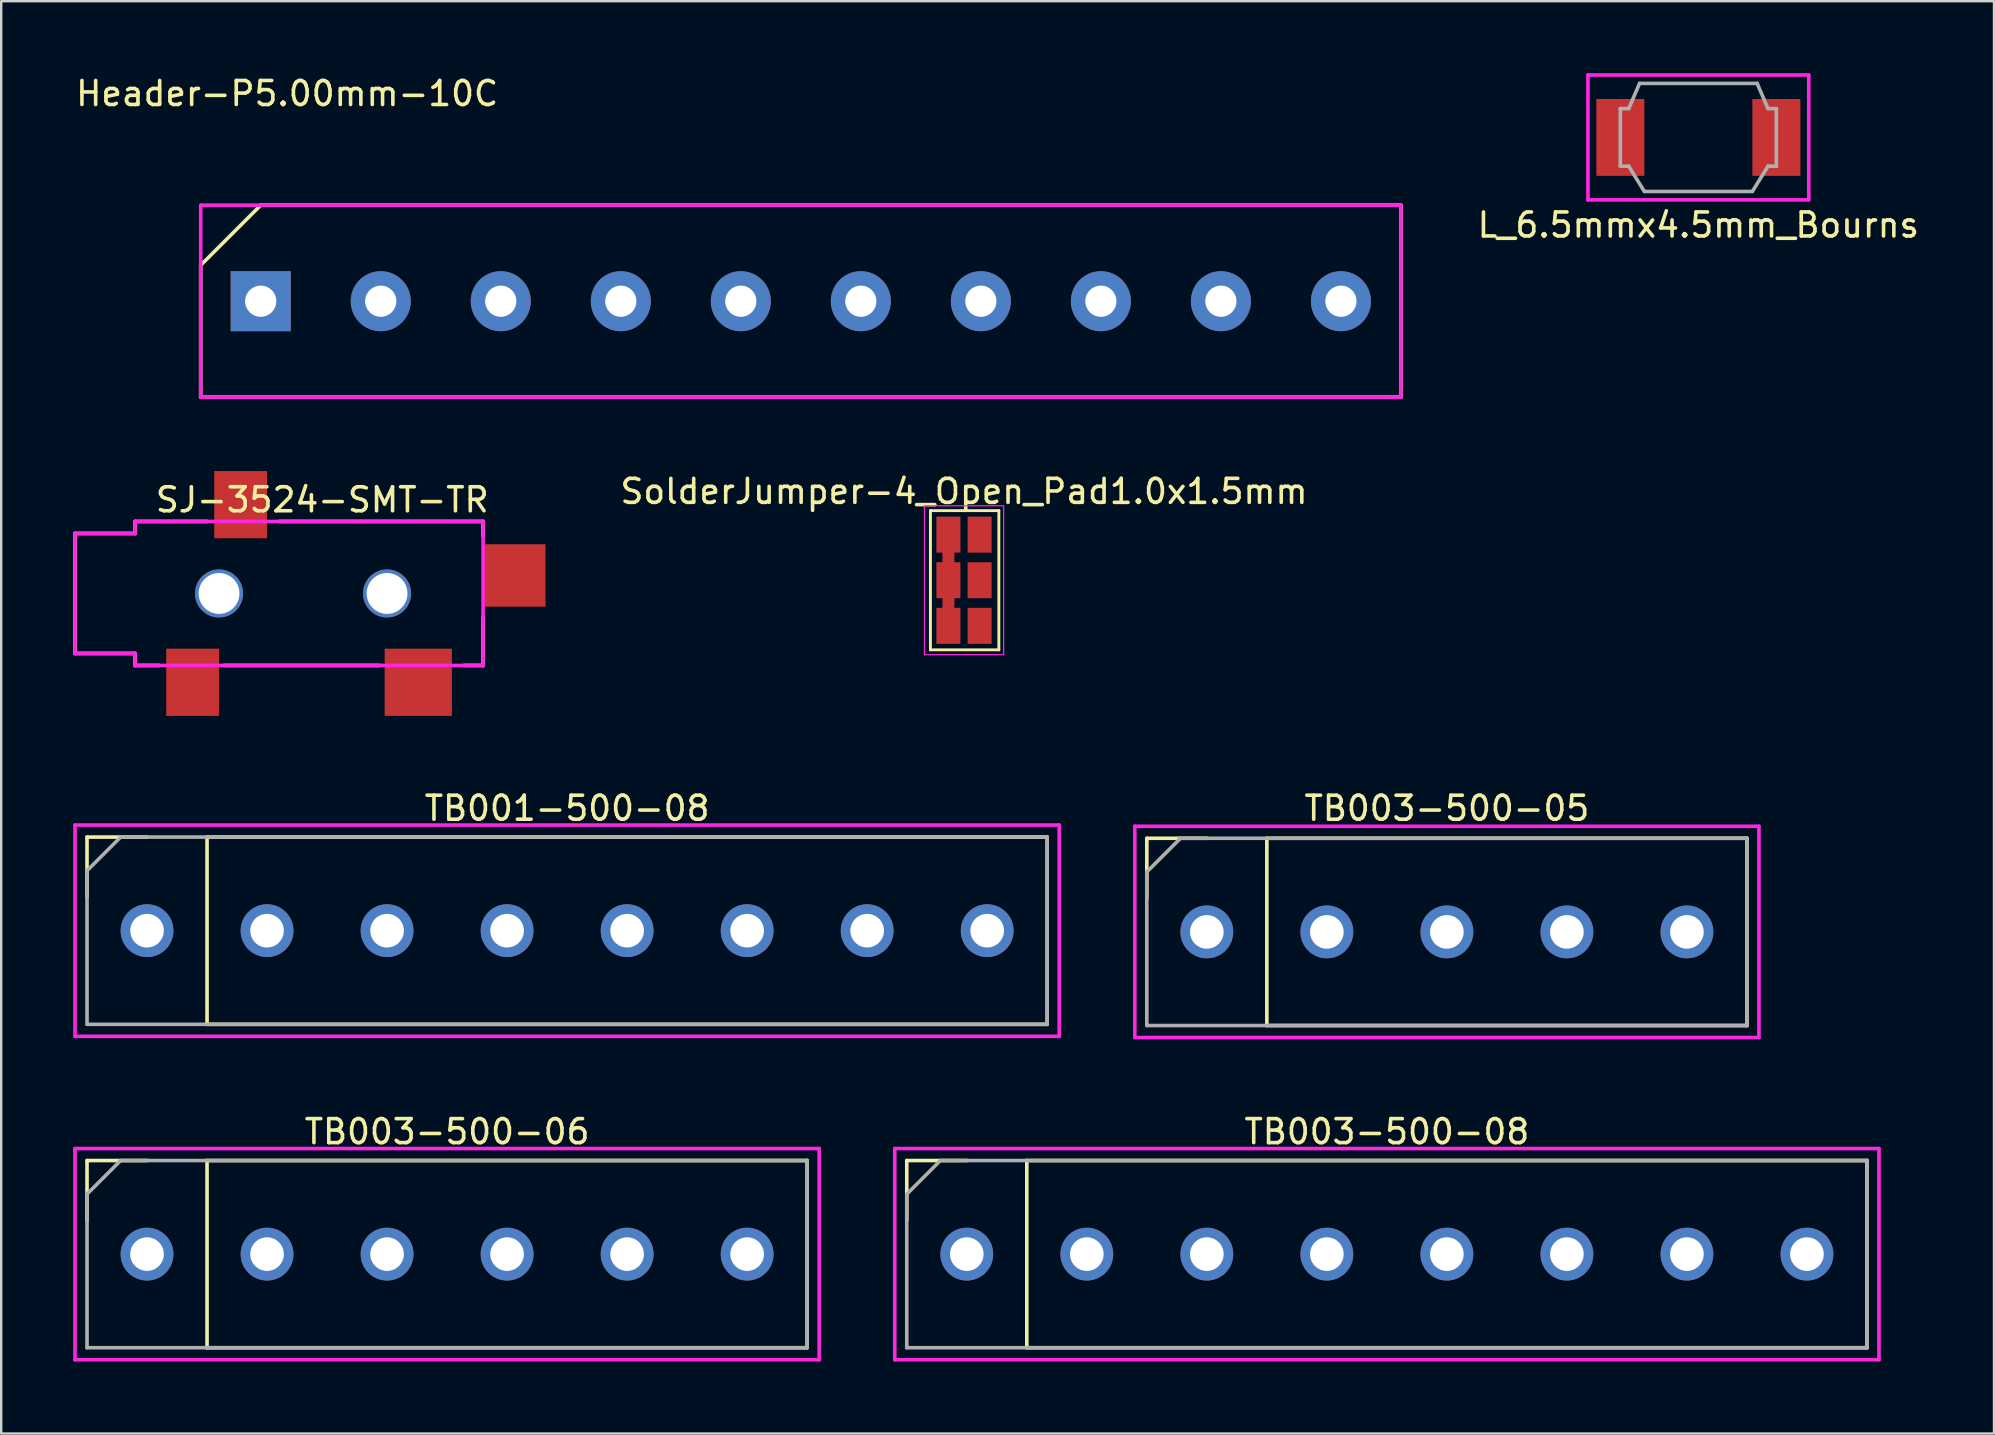
<source format=kicad_pcb>
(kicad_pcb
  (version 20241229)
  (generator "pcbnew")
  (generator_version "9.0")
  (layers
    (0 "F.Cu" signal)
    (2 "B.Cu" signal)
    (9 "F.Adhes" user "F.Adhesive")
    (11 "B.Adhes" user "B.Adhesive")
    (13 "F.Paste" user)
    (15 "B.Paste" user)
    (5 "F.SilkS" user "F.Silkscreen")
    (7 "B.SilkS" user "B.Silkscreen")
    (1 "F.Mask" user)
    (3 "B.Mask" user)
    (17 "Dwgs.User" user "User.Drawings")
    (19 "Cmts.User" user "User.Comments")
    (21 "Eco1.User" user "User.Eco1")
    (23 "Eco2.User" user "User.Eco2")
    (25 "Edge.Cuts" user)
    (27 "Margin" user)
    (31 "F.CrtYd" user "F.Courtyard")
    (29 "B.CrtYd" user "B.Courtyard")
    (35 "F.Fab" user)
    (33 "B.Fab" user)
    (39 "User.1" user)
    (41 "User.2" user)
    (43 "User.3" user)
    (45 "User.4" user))
  (footprint "TB001-500-08"
    (layer "F.Cu")
    (at 20.575 35.721)
    (property "Reference" "TB001-500-08" (at 0 -5.1 0) (layer "F.SilkS") (effects (font (size 1 1) (thickness 0.15))))
    (attr through_hole)
    (fp_line (start -20 -3.9) (end -20 -1.4) (stroke (width 0.15) (type solid)) (layer "F.SilkS"))
    (fp_line (start -17.5 -3.9) (end -20 -3.9) (stroke (width 0.15) (type solid)) (layer "F.SilkS"))
    (fp_line (start -15 -3.9) (end 20 -3.9) (stroke (width 0.15) (type solid)) (layer "F.SilkS"))
    (fp_line (start -15 3.9) (end -15 -3.9) (stroke (width 0.15) (type solid)) (layer "F.SilkS"))
    (fp_line (start 20 -3.9) (end 20 3.9) (stroke (width 0.15) (type solid)) (layer "F.SilkS"))
    (fp_line (start 20 3.9) (end -15 3.9) (stroke (width 0.15) (type solid)) (layer "F.SilkS"))
    (fp_line (start -20.5 -4.4) (end 20.5 -4.4) (stroke (width 0.15) (type solid)) (layer "F.CrtYd"))
    (fp_line (start -20.5 4.4) (end -20.5 -4.4) (stroke (width 0.15) (type solid)) (layer "F.CrtYd"))
    (fp_line (start 20.5 -4.4) (end 20.5 4.4) (stroke (width 0.15) (type solid)) (layer "F.CrtYd"))
    (fp_line (start 20.5 4.4) (end -20.5 4.4) (stroke (width 0.15) (type solid)) (layer "F.CrtYd"))
    (fp_line (start -20 -2.5) (end -18.6 -3.9) (stroke (width 0.15) (type solid)) (layer "F.Fab"))
    (fp_line (start -20 3.9) (end -20 -2.5) (stroke (width 0.15) (type solid)) (layer "F.Fab"))
    (fp_line (start -18.6 -3.9) (end 20 -3.9) (stroke (width 0.15) (type solid)) (layer "F.Fab"))
    (fp_line (start 20 -3.9) (end 20 3.9) (stroke (width 0.15) (type solid)) (layer "F.Fab"))
    (fp_line (start 20 3.9) (end -20 3.9) (stroke (width 0.15) (type solid)) (layer "F.Fab"))
    (pad "1" thru_hole circle (at -17.5 0) (size 2.2 2.2) (drill 1.4) (layers "*.Cu" "*.Mask"))
    (pad "2" thru_hole circle (at -12.5 0) (size 2.2 2.2) (drill 1.4) (layers "*.Cu" "*.Mask"))
    (pad "3" thru_hole circle (at -7.5 0) (size 2.2 2.2) (drill 1.4) (layers "*.Cu" "*.Mask"))
    (pad "4" thru_hole circle (at -2.5 0) (size 2.2 2.2) (drill 1.4) (layers "*.Cu" "*.Mask"))
    (pad "5" thru_hole circle (at 2.5 0) (size 2.2 2.2) (drill 1.4) (layers "*.Cu" "*.Mask"))
    (pad "6" thru_hole circle (at 7.5 0) (size 2.2 2.2) (drill 1.4) (layers "*.Cu" "*.Mask"))
    (pad "7" thru_hole circle (at 12.5 0) (size 2.2 2.2) (drill 1.4) (layers "*.Cu" "*.Mask"))
    (pad "8" thru_hole circle (at 17.5 0) (size 2.2 2.2) (drill 1.4) (layers "*.Cu" "*.Mask")))
  (footprint "TB003-500-05"
    (layer "F.Cu")
    (at 57.225 35.772)
    (property "Reference" "TB003-500-05" (at 0 -5.15 0) (layer "F.SilkS") (effects (font (size 1 1) (thickness 0.15))))
    (attr through_hole)
    (fp_line (start -12.5 -3.9) (end -12.5 -1.4) (stroke (width 0.15) (type solid)) (layer "F.SilkS"))
    (fp_line (start -10 -3.9) (end -12.5 -3.9) (stroke (width 0.15) (type solid)) (layer "F.SilkS"))
    (fp_line (start -7.5 -3.9) (end 12.5 -3.9) (stroke (width 0.15) (type solid)) (layer "F.SilkS"))
    (fp_line (start -7.5 3.9) (end -7.5 -3.9) (stroke (width 0.15) (type solid)) (layer "F.SilkS"))
    (fp_line (start 12.5 -3.9) (end 12.5 3.9) (stroke (width 0.15) (type solid)) (layer "F.SilkS"))
    (fp_line (start 12.5 3.9) (end -7.5 3.9) (stroke (width 0.15) (type solid)) (layer "F.SilkS"))
    (fp_line (start -13 -4.4) (end 13 -4.4) (stroke (width 0.15) (type solid)) (layer "F.CrtYd"))
    (fp_line (start -13 4.4) (end -13 -4.4) (stroke (width 0.15) (type solid)) (layer "F.CrtYd"))
    (fp_line (start 13 -4.4) (end 13 4.4) (stroke (width 0.15) (type solid)) (layer "F.CrtYd"))
    (fp_line (start 13 4.4) (end -13 4.4) (stroke (width 0.15) (type solid)) (layer "F.CrtYd"))
    (fp_line (start -12.5 -2.5) (end -11.1 -3.9) (stroke (width 0.15) (type solid)) (layer "F.Fab"))
    (fp_line (start -12.5 3.9) (end -12.5 -2.5) (stroke (width 0.15) (type solid)) (layer "F.Fab"))
    (fp_line (start -11.15 -3.9) (end 12.5 -3.9) (stroke (width 0.15) (type solid)) (layer "F.Fab"))
    (fp_line (start 12.5 -3.9) (end 12.5 3.9) (stroke (width 0.15) (type solid)) (layer "F.Fab"))
    (fp_line (start 12.5 3.9) (end -12.5 3.9) (stroke (width 0.15) (type solid)) (layer "F.Fab"))
    (pad "1" thru_hole circle (at -10 0) (size 2.2 2.2) (drill 1.4) (layers "*.Cu" "*.Mask"))
    (pad "2" thru_hole circle (at -5 0) (size 2.2 2.2) (drill 1.4) (layers "*.Cu" "*.Mask"))
    (pad "3" thru_hole circle (at 0 0) (size 2.2 2.2) (drill 1.4) (layers "*.Cu" "*.Mask"))
    (pad "4" thru_hole circle (at 5 0) (size 2.2 2.2) (drill 1.4) (layers "*.Cu" "*.Mask"))
    (pad "5" thru_hole circle (at 10 0) (size 2.2 2.2) (drill 1.4) (layers "*.Cu" "*.Mask")))
  (footprint "SJ-3524-SMT-TR"
    (layer "F.Cu")
    (at 2.575 21.673)
    (property "Reference" "SJ-3524-SMT-TR" (at 7.8 -3.9 0) (layer "F.SilkS") (effects (font (size 1 1) (thickness 0.15))))
    (attr through_hole)
    (fp_line (start -2.5 -2.5) (end -2.5 2.5) (stroke (width 0.15) (type solid)) (layer "F.SilkS"))
    (fp_line (start -2.5 2.5) (end 0 2.5) (stroke (width 0.15) (type solid)) (layer "F.SilkS"))
    (fp_line (start 0 -2.5) (end -2.5 -2.5) (stroke (width 0.15) (type solid)) (layer "F.SilkS"))
    (fp_line (start 0 -2.5) (end 0 -3) (stroke (width 0.15) (type solid)) (layer "F.SilkS"))
    (fp_line (start 0 2.5) (end 0 3) (stroke (width 0.15) (type solid)) (layer "F.SilkS"))
    (fp_line (start 0 3) (end 1 3) (stroke (width 0.15) (type solid)) (layer "F.SilkS"))
    (fp_line (start 3 -3) (end 0 -3) (stroke (width 0.15) (type solid)) (layer "F.SilkS"))
    (fp_line (start 3.7 3) (end 10.2 3) (stroke (width 0.15) (type solid)) (layer "F.SilkS"))
    (fp_line (start 6 -3) (end 14.5 -3) (stroke (width 0.15) (type solid)) (layer "F.SilkS"))
    (fp_line (start 14.5 -2.8) (end 14.5 -2.4) (stroke (width 0.15) (type solid)) (layer "F.SilkS"))
    (fp_line (start 14.5 -2.7) (end 14.5 -3) (stroke (width 0.15) (type solid)) (layer "F.SilkS"))
    (fp_line (start 14.5 3) (end 13.7 3) (stroke (width 0.15) (type solid)) (layer "F.SilkS"))
    (fp_line (start 14.5 3) (end 14.5 1) (stroke (width 0.15) (type solid)) (layer "F.SilkS"))
    (fp_line (start -2.5 -2.5) (end 0 -2.5) (stroke (width 0.15) (type solid)) (layer "F.CrtYd"))
    (fp_line (start -2.5 2.5) (end -2.5 -2.5) (stroke (width 0.15) (type solid)) (layer "F.CrtYd"))
    (fp_line (start 0 -3) (end 0 -2.5) (stroke (width 0.15) (type solid)) (layer "F.CrtYd"))
    (fp_line (start 0 -3) (end 14.5 -3) (stroke (width 0.15) (type solid)) (layer "F.CrtYd"))
    (fp_line (start 0 2.5) (end -2.5 2.5) (stroke (width 0.15) (type solid)) (layer "F.CrtYd"))
    (fp_line (start 0 3) (end 0 2.5) (stroke (width 0.15) (type solid)) (layer "F.CrtYd"))
    (fp_line (start 14.5 -3) (end 14.5 3) (stroke (width 0.15) (type solid)) (layer "F.CrtYd"))
    (fp_line (start 14.5 3) (end 0 3) (stroke (width 0.15) (type solid)) (layer "F.CrtYd"))
    (pad "" np_thru_hole circle (at 3.5 0) (size 2 2) (drill 1.7) (layers "*.Cu" "*.Mask"))
    (pad "" np_thru_hole circle (at 10.5 0) (size 2 2) (drill 1.7) (layers "*.Cu" "*.Mask"))
    (pad "R" smd rect (at 11.8 3.7) (size 2.8 2.8) (layers "F.Cu" "F.Mask" "F.Paste"))
    (pad "S" smd rect (at 4.4 -3.7) (size 2.2 2.8) (layers "F.Cu" "F.Mask" "F.Paste"))
    (pad "T" smd rect (at 2.4 3.7) (size 2.2 2.8) (layers "F.Cu" "F.Mask" "F.Paste"))
    (pad "TN" smd rect (at 15.8 -0.75) (size 2.6 2.6) (layers "F.Cu" "F.Mask" "F.Paste")))
  (footprint "TB003-500-06"
    (layer "F.Cu")
    (at 15.575 49.195)
    (property "Reference" "TB003-500-06" (at 0 -5.1 0) (layer "F.SilkS") (effects (font (size 1 1) (thickness 0.15))))
    (attr through_hole)
    (fp_line (start -15 -3.9) (end -15 -1.4) (stroke (width 0.15) (type solid)) (layer "F.SilkS"))
    (fp_line (start -12.5 -3.9) (end -15 -3.9) (stroke (width 0.15) (type solid)) (layer "F.SilkS"))
    (fp_line (start -10 -3.9) (end 15 -3.9) (stroke (width 0.15) (type solid)) (layer "F.SilkS"))
    (fp_line (start -10 3.9) (end -10 -3.9) (stroke (width 0.15) (type solid)) (layer "F.SilkS"))
    (fp_line (start 15 -3.9) (end 15 3.9) (stroke (width 0.15) (type solid)) (layer "F.SilkS"))
    (fp_line (start 15 3.9) (end -10 3.9) (stroke (width 0.15) (type solid)) (layer "F.SilkS"))
    (fp_line (start -15.5 -4.4) (end 15.5 -4.4) (stroke (width 0.15) (type solid)) (layer "F.CrtYd"))
    (fp_line (start -15.5 4.4) (end -15.5 -4.4) (stroke (width 0.15) (type solid)) (layer "F.CrtYd"))
    (fp_line (start 15.5 -4.4) (end 15.5 4.4) (stroke (width 0.15) (type solid)) (layer "F.CrtYd"))
    (fp_line (start 15.5 4.4) (end -15.5 4.4) (stroke (width 0.15) (type solid)) (layer "F.CrtYd"))
    (fp_line (start -15 -2.5) (end -13.6 -3.9) (stroke (width 0.15) (type solid)) (layer "F.Fab"))
    (fp_line (start -15 3.9) (end -15 -2.5) (stroke (width 0.15) (type solid)) (layer "F.Fab"))
    (fp_line (start -13.6 -3.9) (end 15 -3.9) (stroke (width 0.15) (type solid)) (layer "F.Fab"))
    (fp_line (start 15 -3.9) (end 15 3.9) (stroke (width 0.15) (type solid)) (layer "F.Fab"))
    (fp_line (start 15 3.9) (end -15 3.9) (stroke (width 0.15) (type solid)) (layer "F.Fab"))
    (pad "1" thru_hole circle (at -12.5 0) (size 2.2 2.2) (drill 1.4) (layers "*.Cu" "*.Mask"))
    (pad "2" thru_hole circle (at -7.5 0) (size 2.2 2.2) (drill 1.4) (layers "*.Cu" "*.Mask"))
    (pad "3" thru_hole circle (at -2.5 0) (size 2.2 2.2) (drill 1.4) (layers "*.Cu" "*.Mask"))
    (pad "4" thru_hole circle (at 2.5 0) (size 2.2 2.2) (drill 1.4) (layers "*.Cu" "*.Mask"))
    (pad "5" thru_hole circle (at 7.5 0) (size 2.2 2.2) (drill 1.4) (layers "*.Cu" "*.Mask"))
    (pad "6" thru_hole circle (at 12.5 0) (size 2.2 2.2) (drill 1.4) (layers "*.Cu" "*.Mask")))
  (footprint "Header-P5.00mm-10C"
    (layer "F.Cu")
    (at 7.811 9.498)
    (property "Reference" "Header-P5.00mm-10C" (at 1.1 -8.65 0) (layer "F.SilkS") (effects (font (size 1 1) (thickness 0.15))))
    (attr through_hole)
    (fp_line (start -2.5 -1.5) (end -2.5 4) (stroke (width 0.15) (type solid)) (layer "F.SilkS"))
    (fp_line (start -2.5 -1.5) (end 0 -4) (stroke (width 0.15) (type solid)) (layer "F.SilkS"))
    (fp_line (start 0 -4) (end 47.5 -4) (stroke (width 0.15) (type solid)) (layer "F.SilkS"))
    (fp_line (start 47.5 -4) (end 47.5 4) (stroke (width 0.15) (type solid)) (layer "F.SilkS"))
    (fp_line (start 47.5 4) (end -2.5 4) (stroke (width 0.15) (type solid)) (layer "F.SilkS"))
    (fp_line (start -2.5 -4) (end 47.5 -4) (stroke (width 0.15) (type solid)) (layer "F.CrtYd"))
    (fp_line (start -2.5 4) (end -2.5 -4) (stroke (width 0.15) (type solid)) (layer "F.CrtYd"))
    (fp_line (start 47.5 -4) (end 47.5 4) (stroke (width 0.15) (type solid)) (layer "F.CrtYd"))
    (fp_line (start 47.5 4) (end -2.5 4) (stroke (width 0.15) (type solid)) (layer "F.CrtYd"))
    (pad "1" thru_hole rect (at 0 0) (size 2.5 2.5) (drill 1.3) (layers "*.Cu" "*.Mask"))
    (pad "2" thru_hole circle (at 5 0) (size 2.5 2.5) (drill 1.3) (layers "*.Cu" "*.Mask"))
    (pad "3" thru_hole circle (at 10 0) (size 2.5 2.5) (drill 1.3) (layers "*.Cu" "*.Mask"))
    (pad "4" thru_hole circle (at 15 0) (size 2.5 2.5) (drill 1.3) (layers "*.Cu" "*.Mask"))
    (pad "5" thru_hole circle (at 20 0) (size 2.5 2.5) (drill 1.3) (layers "*.Cu" "*.Mask"))
    (pad "6" thru_hole circle (at 25 0) (size 2.5 2.5) (drill 1.3) (layers "*.Cu" "*.Mask"))
    (pad "7" thru_hole circle (at 30 0) (size 2.5 2.5) (drill 1.3) (layers "*.Cu" "*.Mask"))
    (pad "8" thru_hole circle (at 35 0) (size 2.5 2.5) (drill 1.3) (layers "*.Cu" "*.Mask"))
    (pad "9" thru_hole circle (at 40 0) (size 2.5 2.5) (drill 1.3) (layers "*.Cu" "*.Mask"))
    (pad "10" thru_hole circle (at 45 0) (size 2.5 2.5) (drill 1.3) (layers "*.Cu" "*.Mask")))
  (footprint "TB003-500-08"
    (layer "F.Cu")
    (at 54.725 49.195)
    (property "Reference" "TB003-500-08" (at 0 -5.1 0) (layer "F.SilkS") (effects (font (size 1 1) (thickness 0.15))))
    (attr through_hole)
    (fp_line (start -20 -3.9) (end -20 -1.4) (stroke (width 0.15) (type solid)) (layer "F.SilkS"))
    (fp_line (start -17.5 -3.9) (end -20 -3.9) (stroke (width 0.15) (type solid)) (layer "F.SilkS"))
    (fp_line (start -15 -3.9) (end 20 -3.9) (stroke (width 0.15) (type solid)) (layer "F.SilkS"))
    (fp_line (start -15 3.9) (end -15 -3.9) (stroke (width 0.15) (type solid)) (layer "F.SilkS"))
    (fp_line (start 20 -3.9) (end 20 3.9) (stroke (width 0.15) (type solid)) (layer "F.SilkS"))
    (fp_line (start 20 3.9) (end -15 3.9) (stroke (width 0.15) (type solid)) (layer "F.SilkS"))
    (fp_line (start -20.5 -4.4) (end 20.5 -4.4) (stroke (width 0.15) (type solid)) (layer "F.CrtYd"))
    (fp_line (start -20.5 4.4) (end -20.5 -4.4) (stroke (width 0.15) (type solid)) (layer "F.CrtYd"))
    (fp_line (start 20.5 -4.4) (end 20.5 4.4) (stroke (width 0.15) (type solid)) (layer "F.CrtYd"))
    (fp_line (start 20.5 4.4) (end -20.5 4.4) (stroke (width 0.15) (type solid)) (layer "F.CrtYd"))
    (fp_line (start -20 -2.5) (end -18.6 -3.9) (stroke (width 0.15) (type solid)) (layer "F.Fab"))
    (fp_line (start -20 3.9) (end -20 -2.5) (stroke (width 0.15) (type solid)) (layer "F.Fab"))
    (fp_line (start -18.6 -3.9) (end 20 -3.9) (stroke (width 0.15) (type solid)) (layer "F.Fab"))
    (fp_line (start 20 -3.9) (end 20 3.9) (stroke (width 0.15) (type solid)) (layer "F.Fab"))
    (fp_line (start 20 3.9) (end -20 3.9) (stroke (width 0.15) (type solid)) (layer "F.Fab"))
    (pad "1" thru_hole circle (at -17.5 0) (size 2.2 2.2) (drill 1.4) (layers "*.Cu" "*.Mask"))
    (pad "2" thru_hole circle (at -12.5 0) (size 2.2 2.2) (drill 1.4) (layers "*.Cu" "*.Mask"))
    (pad "3" thru_hole circle (at -7.5 0) (size 2.2 2.2) (drill 1.4) (layers "*.Cu" "*.Mask"))
    (pad "4" thru_hole circle (at -2.5 0) (size 2.2 2.2) (drill 1.4) (layers "*.Cu" "*.Mask"))
    (pad "5" thru_hole circle (at 2.5 0) (size 2.2 2.2) (drill 1.4) (layers "*.Cu" "*.Mask"))
    (pad "6" thru_hole circle (at 7.5 0) (size 2.2 2.2) (drill 1.4) (layers "*.Cu" "*.Mask"))
    (pad "7" thru_hole circle (at 12.5 0) (size 2.2 2.2) (drill 1.4) (layers "*.Cu" "*.Mask"))
    (pad "8" thru_hole circle (at 17.5 0) (size 2.2 2.2) (drill 1.4) (layers "*.Cu" "*.Mask")))
  (footprint "L_6.5mmx4.5mm_Bourns"
    (layer "F.Cu")
    (at 67.701 2.675)
    (property "Reference" "L_6.5mmx4.5mm_Bourns" (at 0 3.65 0) (layer "F.SilkS") (effects (font (size 1 1) (thickness 0.15))))
    (attr through_hole)
    (fp_line (start -4.6 -2.6) (end -4.6 2.6) (stroke (width 0.15) (type solid)) (layer "F.CrtYd"))
    (fp_line (start -4.6 -2.6) (end 4.6 -2.6) (stroke (width 0.15) (type solid)) (layer "F.CrtYd"))
    (fp_line (start 4.6 -2.6) (end 4.6 2.6) (stroke (width 0.15) (type solid)) (layer "F.CrtYd"))
    (fp_line (start 4.6 2.6) (end -4.6 2.6) (stroke (width 0.15) (type solid)) (layer "F.CrtYd"))
    (fp_line (start -3.25 -1.2) (end -2.9 -1.2) (stroke (width 0.15) (type solid)) (layer "F.Fab"))
    (fp_line (start -3.25 1.2) (end -3.25 -1.2) (stroke (width 0.15) (type solid)) (layer "F.Fab"))
    (fp_line (start -3.25 1.2) (end -2.9 1.2) (stroke (width 0.15) (type solid)) (layer "F.Fab"))
    (fp_line (start -2.9 -1.2) (end -2.45 -2.25) (stroke (width 0.15) (type solid)) (layer "F.Fab"))
    (fp_line (start -2.9 1.2) (end -2.25 2.25) (stroke (width 0.15) (type solid)) (layer "F.Fab"))
    (fp_line (start -2.45 -2.25) (end 2.45 -2.25) (stroke (width 0.15) (type solid)) (layer "F.Fab"))
    (fp_line (start 2.25 2.25) (end -2.25 2.25) (stroke (width 0.15) (type solid)) (layer "F.Fab"))
    (fp_line (start 2.9 -1.2) (end 2.45 -2.25) (stroke (width 0.15) (type solid)) (layer "F.Fab"))
    (fp_line (start 2.9 -1.2) (end 3.25 -1.2) (stroke (width 0.15) (type solid)) (layer "F.Fab"))
    (fp_line (start 2.9 1.2) (end 2.25 2.25) (stroke (width 0.15) (type solid)) (layer "F.Fab"))
    (fp_line (start 2.9 1.2) (end 3.25 1.2) (stroke (width 0.15) (type solid)) (layer "F.Fab"))
    (fp_line (start 3.25 -1.2) (end 3.25 1.2) (stroke (width 0.15) (type solid)) (layer "F.Fab"))
    (pad "1" smd rect (at -3.25 0) (size 2 3.2) (layers "F.Cu" "F.Mask" "F.Paste"))
    (pad "2" smd rect (at 3.25 0) (size 2 3.2) (layers "F.Cu" "F.Mask" "F.Paste")))
  (footprint "SolderJumper-4_Open_Pad1.0x1.5mm"
    (layer "F.Cu")
    (at 37.11 21.122)
    (property "Reference" "SolderJumper-4_Open_Pad1.0x1.5mm" (at 0 -3.7 0) (layer "F.SilkS") (effects (font (size 1 1) (thickness 0.15))))
    (attr exclude_from_pos_files exclude_from_bom)
    (fp_line (start -1.4 -2.9) (end 1.45 -2.9) (stroke (width 0.12) (type solid)) (layer "F.SilkS"))
    (fp_line (start -1.4 2.9) (end -1.4 -2.9) (stroke (width 0.12) (type solid)) (layer "F.SilkS"))
    (fp_line (start 1.45 -2.9) (end 1.45 2.9) (stroke (width 0.12) (type solid)) (layer "F.SilkS"))
    (fp_line (start 1.45 2.9) (end -1.4 2.9) (stroke (width 0.12) (type solid)) (layer "F.SilkS"))
    (fp_line (start -1.65 -3.1) (end -1.65 3.1) (stroke (width 0.05) (type solid)) (layer "F.CrtYd"))
    (fp_line (start -1.65 -3.1) (end 1.65 -3.1) (stroke (width 0.05) (type solid)) (layer "F.CrtYd"))
    (fp_line (start 1.65 3.1) (end -1.65 3.1) (stroke (width 0.05) (type solid)) (layer "F.CrtYd"))
    (fp_line (start 1.65 3.1) (end 1.65 -3.1) (stroke (width 0.05) (type solid)) (layer "F.CrtYd"))
    (pad "1" smd rect (at -0.65 -1.9) (size 1 1.5) (layers "F.Cu" "F.Mask"))
    (pad "1" smd rect (at -0.65 -0.95) (size 0.5 1) (layers "F.Cu"))
    (pad "1" smd rect (at -0.65 0) (size 1 1.5) (layers "F.Cu" "F.Mask"))
    (pad "1" smd rect (at -0.65 0.95) (size 0.5 1) (layers "F.Cu"))
    (pad "1" smd rect (at -0.65 1.9) (size 1 1.5) (layers "F.Cu" "F.Mask"))
    (pad "2" smd rect (at 0.65 -1.9) (size 1 1.5) (layers "F.Cu" "F.Mask"))
    (pad "3" smd rect (at 0.65 0) (size 1 1.5) (layers "F.Cu" "F.Mask"))
    (pad "4" smd rect (at 0.65 1.9) (size 1 1.5) (layers "F.Cu" "F.Mask")))
  (gr_rect
    (start -3 -3)
    (end 80.017 56.67)
    (stroke (width 0.1) (type default))
    (fill no)
    (layer "Edge.Cuts")))
</source>
